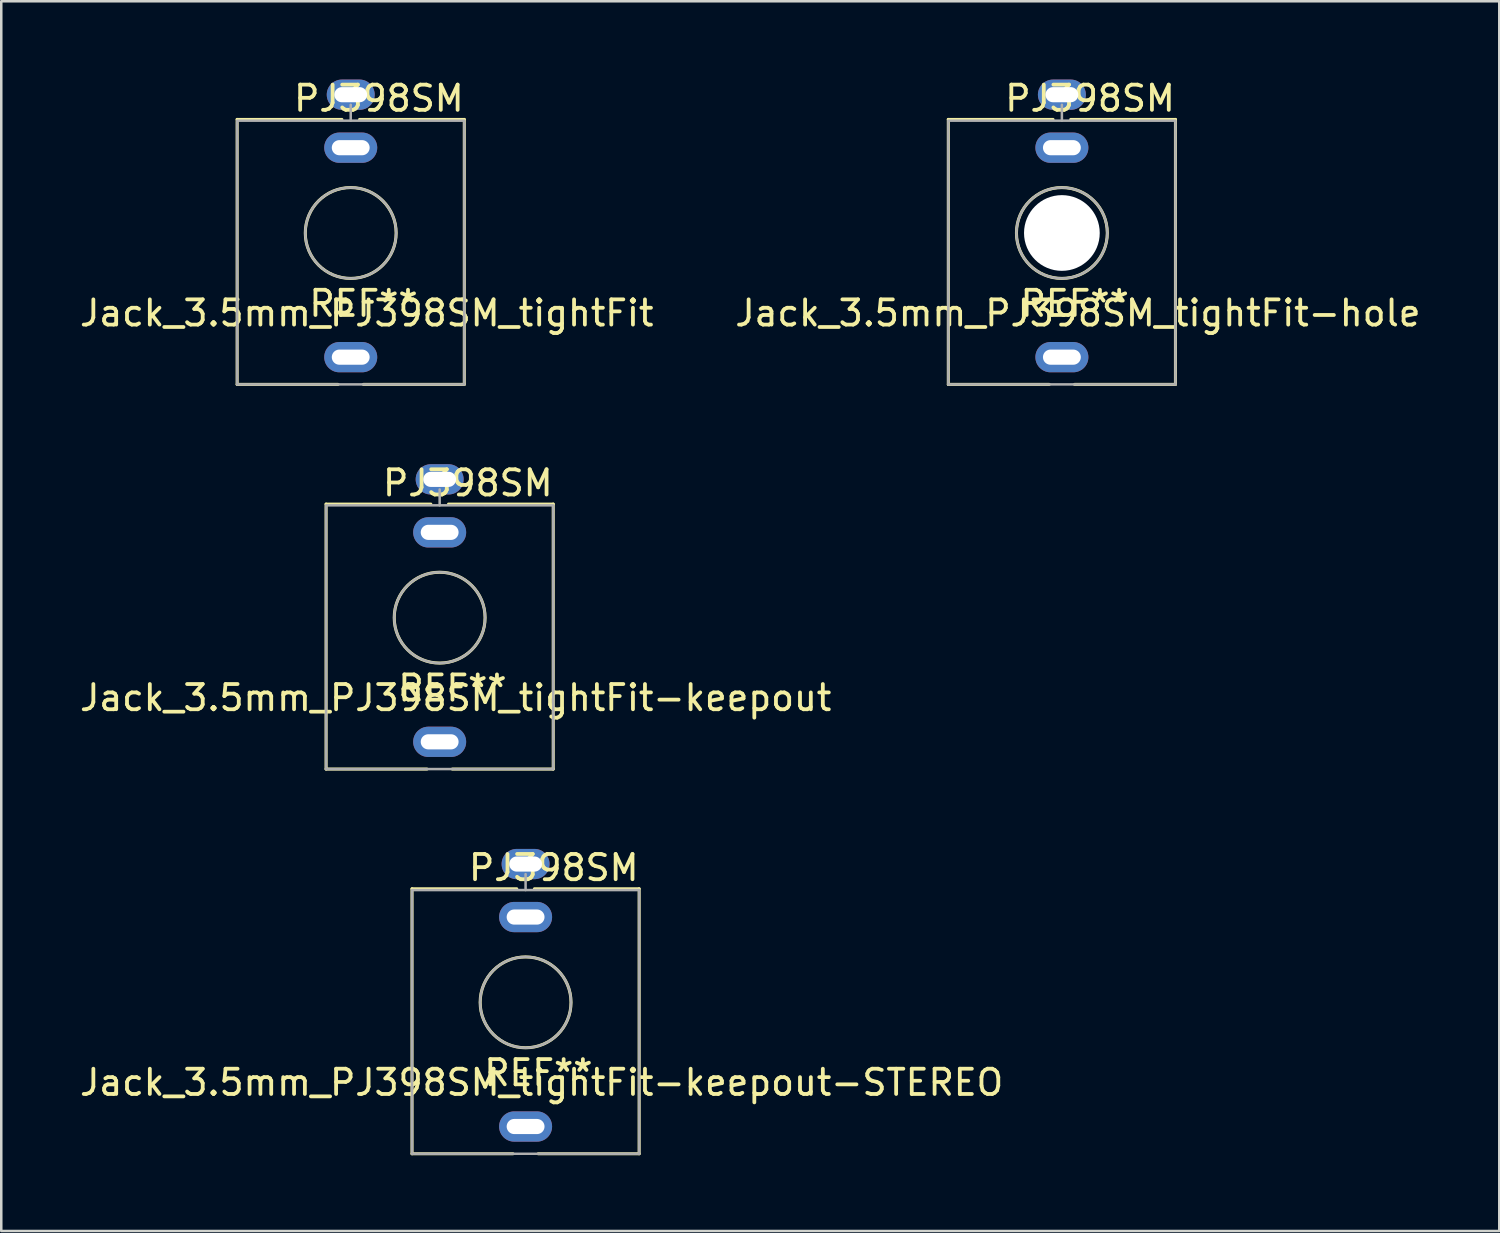
<source format=kicad_pcb>
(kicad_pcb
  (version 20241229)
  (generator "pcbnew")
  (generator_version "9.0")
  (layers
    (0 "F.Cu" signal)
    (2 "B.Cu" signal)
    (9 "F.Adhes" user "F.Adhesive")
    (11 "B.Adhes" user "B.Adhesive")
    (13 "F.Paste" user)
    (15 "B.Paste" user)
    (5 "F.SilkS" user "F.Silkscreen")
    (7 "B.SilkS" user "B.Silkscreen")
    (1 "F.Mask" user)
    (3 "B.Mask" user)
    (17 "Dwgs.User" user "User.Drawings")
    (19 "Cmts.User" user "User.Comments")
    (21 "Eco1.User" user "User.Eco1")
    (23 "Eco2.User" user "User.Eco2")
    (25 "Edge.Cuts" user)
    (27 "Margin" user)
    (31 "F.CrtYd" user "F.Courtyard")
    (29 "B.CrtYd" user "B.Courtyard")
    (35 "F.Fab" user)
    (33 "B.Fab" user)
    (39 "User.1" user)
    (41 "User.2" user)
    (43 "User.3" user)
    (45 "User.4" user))
  (footprint "Jack_3.5mm_PJ398SM_tightFit-hole"
    (layer "F.Cu")
    (at 39.026 6.182)
    (property "Reference" "Jack_3.5mm_PJ398SM_tightFit-hole" (at 0.635 3.175 180) (layer "F.SilkS") (effects (font (size 1 1) (thickness 0.15))))
    (property "Value" "PJ398SM" (at 0.127 7.62 180) (layer "F.Fab") (hide yes) (effects (font (size 1 1) (thickness 0.15))))
    (attr through_hole)
    (fp_line (start -4.5 -4.5) (end -4.5 6) (stroke (width 0.12) (type solid)) (layer "F.SilkS"))
    (fp_line (start -0.5 6) (end -4.5 6) (stroke (width 0.12) (type solid)) (layer "F.SilkS"))
    (fp_line (start -0.35 -4.5) (end -4.5 -4.5) (stroke (width 0.12) (type solid)) (layer "F.SilkS"))
    (fp_line (start 4.5 -4.5) (end 0.35 -4.5) (stroke (width 0.12) (type solid)) (layer "F.SilkS"))
    (fp_line (start 4.5 -4.5) (end 4.5 6) (stroke (width 0.12) (type solid)) (layer "F.SilkS"))
    (fp_line (start 4.5 6) (end 0.5 6) (stroke (width 0.12) (type solid)) (layer "F.SilkS"))
    (fp_circle (center 0 0) (end 1.8 0) (stroke (width 0.12) (type solid)) (fill no) (layer "F.SilkS"))
    (fp_line (start -4.5 6) (end -4.5 -4.4) (stroke (width 0.1) (type solid)) (layer "F.Fab"))
    (fp_line (start 0 -5.08) (end 0 -4.45) (stroke (width 0.1) (type solid)) (layer "F.Fab"))
    (fp_line (start 4.5 -4.45) (end -4.5 -4.45) (stroke (width 0.1) (type solid)) (layer "F.Fab"))
    (fp_line (start 4.5 6) (end -4.5 6) (stroke (width 0.1) (type solid)) (layer "F.Fab"))
    (fp_line (start 4.5 6) (end 4.5 -4.4) (stroke (width 0.1) (type solid)) (layer "F.Fab"))
    (fp_circle (center 0 0) (end 1.8 0) (stroke (width 0.1) (type solid)) (fill no) (layer "F.Fab"))
    (fp_circle (center 0 0) (end 3.05 0) (stroke (width 0.1) (type default)) (fill no) (layer "User.9"))
    (fp_text user "${VALUE}" (at 4.572 -5.334 0) (layer "F.SilkS") (effects (font (size 1 1) (thickness 0.15)) (justify right)))
    (fp_text user "REF**" (at 0.508 2.794 180) (layer "F.SilkS") (effects (font (size 1 1) (thickness 0.15))))
    (pad "" np_thru_hole circle (at 0 0 180) (size 3 3) (drill 3) (layers "*.Cu" "*.Mask"))
    (pad "S" thru_hole oval (at 0 -5.48 180) (size 1.9 1.2) (drill oval 1.3 0.6) (layers "*.Cu" "*.Mask"))
    (pad "T" thru_hole oval (at 0 4.92 180) (size 2.1 1.2) (drill oval 1.5 0.6) (layers "*.Cu" "*.Mask"))
    (pad "TN" thru_hole oval (at 0 -3.38 180) (size 2.1 1.2) (drill oval 1.5 0.6) (layers "*.Cu" "*.Mask")))
  (footprint "Jack_3.5mm_PJ398SM_tightFit"
    (layer "F.Cu")
    (at 10.847 6.182)
    (property "Reference" "Jack_3.5mm_PJ398SM_tightFit" (at 0.635 3.175 180) (layer "F.SilkS") (effects (font (size 1 1) (thickness 0.15))))
    (property "Value" "PJ398SM" (at 0.127 7.62 180) (layer "F.Fab") (hide yes) (effects (font (size 1 1) (thickness 0.15))))
    (attr through_hole)
    (fp_line (start -4.5 -4.5) (end -4.5 6) (stroke (width 0.12) (type solid)) (layer "F.SilkS"))
    (fp_line (start -0.5 6) (end -4.5 6) (stroke (width 0.12) (type solid)) (layer "F.SilkS"))
    (fp_line (start -0.35 -4.5) (end -4.5 -4.5) (stroke (width 0.12) (type solid)) (layer "F.SilkS"))
    (fp_line (start 4.5 -4.5) (end 0.35 -4.5) (stroke (width 0.12) (type solid)) (layer "F.SilkS"))
    (fp_line (start 4.5 -4.5) (end 4.5 6) (stroke (width 0.12) (type solid)) (layer "F.SilkS"))
    (fp_line (start 4.5 6) (end 0.5 6) (stroke (width 0.12) (type solid)) (layer "F.SilkS"))
    (fp_circle (center 0 0) (end 1.8 0) (stroke (width 0.12) (type solid)) (fill no) (layer "F.SilkS"))
    (fp_line (start -4.5 6) (end -4.5 -4.4) (stroke (width 0.1) (type solid)) (layer "F.Fab"))
    (fp_line (start 0 -5.08) (end 0 -4.45) (stroke (width 0.1) (type solid)) (layer "F.Fab"))
    (fp_line (start 4.5 -4.45) (end -4.5 -4.45) (stroke (width 0.1) (type solid)) (layer "F.Fab"))
    (fp_line (start 4.5 6) (end -4.5 6) (stroke (width 0.1) (type solid)) (layer "F.Fab"))
    (fp_line (start 4.5 6) (end 4.5 -4.4) (stroke (width 0.1) (type solid)) (layer "F.Fab"))
    (fp_circle (center 0 0) (end 1.8 0) (stroke (width 0.1) (type solid)) (fill no) (layer "F.Fab"))
    (fp_circle (center 0 0) (end 3.05 0) (stroke (width 0.1) (type default)) (fill no) (layer "User.9"))
    (fp_text user "${VALUE}" (at 4.572 -5.334 0) (layer "F.SilkS") (effects (font (size 1 1) (thickness 0.15)) (justify right)))
    (fp_text user "REF**" (at 0.508 2.794 180) (layer "F.SilkS") (effects (font (size 1 1) (thickness 0.15))))
    (pad "S" thru_hole oval (at 0 -5.48 180) (size 1.9 1.2) (drill oval 1.3 0.6) (layers "*.Cu" "*.Mask"))
    (pad "T" thru_hole oval (at 0 4.92 180) (size 2.1 1.2) (drill oval 1.5 0.6) (layers "*.Cu" "*.Mask"))
    (pad "TN" thru_hole oval (at 0 -3.38 180) (size 2.1 1.2) (drill oval 1.5 0.6) (layers "*.Cu" "*.Mask")))
  (footprint "Jack_3.5mm_PJ398SM_tightFit-keepout-STEREO"
    (layer "F.Cu")
    (at 17.776 36.667)
    (property "Reference" "Jack_3.5mm_PJ398SM_tightFit-keepout-STEREO" (at 0.635 3.175 180) (layer "F.SilkS") (effects (font (size 1 1) (thickness 0.15))))
    (property "Value" "PJ398SM" (at 0.127 7.62 180) (layer "F.Fab") (hide yes) (effects (font (size 1 1) (thickness 0.15))))
    (attr through_hole)
    (fp_line (start -4.5 -4.5) (end -4.5 6) (stroke (width 0.12) (type solid)) (layer "F.SilkS"))
    (fp_line (start -0.5 6) (end -4.5 6) (stroke (width 0.12) (type solid)) (layer "F.SilkS"))
    (fp_line (start -0.35 -4.5) (end -4.5 -4.5) (stroke (width 0.12) (type solid)) (layer "F.SilkS"))
    (fp_line (start 4.5 -4.5) (end 0.35 -4.5) (stroke (width 0.12) (type solid)) (layer "F.SilkS"))
    (fp_line (start 4.5 -4.5) (end 4.5 6) (stroke (width 0.12) (type solid)) (layer "F.SilkS"))
    (fp_line (start 4.5 6) (end 0.5 6) (stroke (width 0.12) (type solid)) (layer "F.SilkS"))
    (fp_circle (center 0 0) (end 1.8 0) (stroke (width 0.12) (type solid)) (fill no) (layer "F.SilkS"))
    (fp_line (start -4.5 6) (end -4.5 -4.4) (stroke (width 0.1) (type solid)) (layer "F.Fab"))
    (fp_line (start 0 -5.08) (end 0 -4.45) (stroke (width 0.1) (type solid)) (layer "F.Fab"))
    (fp_line (start 4.5 -4.45) (end -4.5 -4.45) (stroke (width 0.1) (type solid)) (layer "F.Fab"))
    (fp_line (start 4.5 6) (end -4.5 6) (stroke (width 0.1) (type solid)) (layer "F.Fab"))
    (fp_line (start 4.5 6) (end 4.5 -4.4) (stroke (width 0.1) (type solid)) (layer "F.Fab"))
    (fp_circle (center 0 0) (end 1.8 0) (stroke (width 0.1) (type solid)) (fill no) (layer "F.Fab"))
    (fp_circle (center 0 0) (end 3.05 0) (stroke (width 0.1) (type default)) (fill no) (layer "User.9"))
    (fp_text user "REF**" (at 0.508 2.794 180) (layer "F.SilkS") (effects (font (size 1 1) (thickness 0.15))))
    (fp_text user "${VALUE}" (at 4.572 -5.334 0) (layer "F.SilkS") (effects (font (size 1 1) (thickness 0.15)) (justify right)))
    (pad "R" thru_hole oval (at 0 -3.38 180) (size 2.1 1.2) (drill oval 1.5 0.6) (layers "*.Cu" "*.Mask"))
    (pad "S" thru_hole oval (at 0 -5.48 180) (size 1.9 1.2) (drill oval 1.3 0.6) (layers "*.Cu" "*.Mask"))
    (pad "T" thru_hole oval (at 0 4.92 180) (size 2.1 1.2) (drill oval 1.5 0.6) (layers "*.Cu" "*.Mask"))
    (zone (net_name "") (layer "F.Cu") (hatch edge 0.5) (connect_pads) (min_thickness 0.25) (filled_areas_thickness no) (keepout (tracks not_allowed) (vias not_allowed) (pads not_allowed) (copperpour not_allowed) (footprints not_allowed)) (placement (enabled no)) (fill) (polygon (pts (xy 19.076 36.667) (xy 19.056 36.441) (xy 18.997 36.222) (xy 18.902 36.017) (xy 18.772 35.831) (xy 18.611 35.671) (xy 18.426 35.541) (xy 18.22 35.445) (xy 18.001 35.386) (xy 17.776 35.367) (xy 17.55 35.386) (xy 17.331 35.445) (xy 17.126 35.541) (xy 16.94 35.671) (xy 16.78 35.831) (xy 16.65 36.017) (xy 16.554 36.222) (xy 16.495 36.441) (xy 16.476 36.667) (xy 16.495 36.892) (xy 16.554 37.111) (xy 16.65 37.317) (xy 16.78 37.502) (xy 16.94 37.663) (xy 17.126 37.793) (xy 17.331 37.888) (xy 17.55 37.947) (xy 17.776 37.967) (xy 18.001 37.947) (xy 18.22 37.888) (xy 18.426 37.793) (xy 18.611 37.663) (xy 18.772 37.502) (xy 18.902 37.317) (xy 18.997 37.111) (xy 19.056 36.892)))))
  (footprint "Jack_3.5mm_PJ398SM_tightFit-keepout"
    (layer "F.Cu")
    (at 14.371 21.424)
    (property "Reference" "Jack_3.5mm_PJ398SM_tightFit-keepout" (at 0.635 3.175 180) (layer "F.SilkS") (effects (font (size 1 1) (thickness 0.15))))
    (property "Value" "PJ398SM" (at 0.127 7.62 180) (layer "F.Fab") (hide yes) (effects (font (size 1 1) (thickness 0.15))))
    (attr through_hole)
    (fp_line (start -4.5 -4.5) (end -4.5 6) (stroke (width 0.12) (type solid)) (layer "F.SilkS"))
    (fp_line (start -0.5 6) (end -4.5 6) (stroke (width 0.12) (type solid)) (layer "F.SilkS"))
    (fp_line (start -0.35 -4.5) (end -4.5 -4.5) (stroke (width 0.12) (type solid)) (layer "F.SilkS"))
    (fp_line (start 4.5 -4.5) (end 0.35 -4.5) (stroke (width 0.12) (type solid)) (layer "F.SilkS"))
    (fp_line (start 4.5 -4.5) (end 4.5 6) (stroke (width 0.12) (type solid)) (layer "F.SilkS"))
    (fp_line (start 4.5 6) (end 0.5 6) (stroke (width 0.12) (type solid)) (layer "F.SilkS"))
    (fp_circle (center 0 0) (end 1.8 0) (stroke (width 0.12) (type solid)) (fill no) (layer "F.SilkS"))
    (fp_line (start -4.5 6) (end -4.5 -4.4) (stroke (width 0.1) (type solid)) (layer "F.Fab"))
    (fp_line (start 0 -5.08) (end 0 -4.45) (stroke (width 0.1) (type solid)) (layer "F.Fab"))
    (fp_line (start 4.5 -4.45) (end -4.5 -4.45) (stroke (width 0.1) (type solid)) (layer "F.Fab"))
    (fp_line (start 4.5 6) (end -4.5 6) (stroke (width 0.1) (type solid)) (layer "F.Fab"))
    (fp_line (start 4.5 6) (end 4.5 -4.4) (stroke (width 0.1) (type solid)) (layer "F.Fab"))
    (fp_circle (center 0 0) (end 1.8 0) (stroke (width 0.1) (type solid)) (fill no) (layer "F.Fab"))
    (fp_circle (center 0 0) (end 3.05 0) (stroke (width 0.1) (type default)) (fill no) (layer "User.9"))
    (fp_text user "${VALUE}" (at 4.572 -5.334 0) (layer "F.SilkS") (effects (font (size 1 1) (thickness 0.15)) (justify right)))
    (fp_text user "REF**" (at 0.508 2.794 180) (layer "F.SilkS") (effects (font (size 1 1) (thickness 0.15))))
    (pad "S" thru_hole oval (at 0 -5.48 180) (size 1.9 1.2) (drill oval 1.3 0.6) (layers "*.Cu" "*.Mask"))
    (pad "T" thru_hole oval (at 0 4.92 180) (size 2.1 1.2) (drill oval 1.5 0.6) (layers "*.Cu" "*.Mask"))
    (pad "TN" thru_hole oval (at 0 -3.38 180) (size 2.1 1.2) (drill oval 1.5 0.6) (layers "*.Cu" "*.Mask"))
    (zone (net_name "") (layer "F.Cu") (hatch edge 0.5) (connect_pads) (min_thickness 0.25) (filled_areas_thickness no) (keepout (tracks not_allowed) (vias not_allowed) (pads not_allowed) (copperpour not_allowed) (footprints not_allowed)) (placement (enabled no)) (fill) (polygon (pts (xy 15.671 21.424) (xy 15.651 21.199) (xy 15.593 20.98) (xy 15.497 20.774) (xy 15.367 20.589) (xy 15.207 20.429) (xy 15.021 20.299) (xy 14.816 20.203) (xy 14.597 20.144) (xy 14.371 20.125) (xy 14.145 20.144) (xy 13.926 20.203) (xy 13.721 20.299) (xy 13.535 20.429) (xy 13.375 20.589) (xy 13.245 20.774) (xy 13.149 20.98) (xy 13.091 21.199) (xy 13.071 21.424) (xy 13.091 21.65) (xy 13.149 21.869) (xy 13.245 22.075) (xy 13.375 22.26) (xy 13.535 22.42) (xy 13.721 22.55) (xy 13.926 22.646) (xy 14.145 22.705) (xy 14.371 22.724) (xy 14.597 22.705) (xy 14.816 22.646) (xy 15.021 22.55) (xy 15.207 22.42) (xy 15.367 22.26) (xy 15.497 22.075) (xy 15.593 21.869) (xy 15.651 21.65)))))
  (gr_rect
    (start -3 -3)
    (end 56.357 45.727)
    (stroke (width 0.1) (type default))
    (fill no)
    (layer "Edge.Cuts")))
</source>
